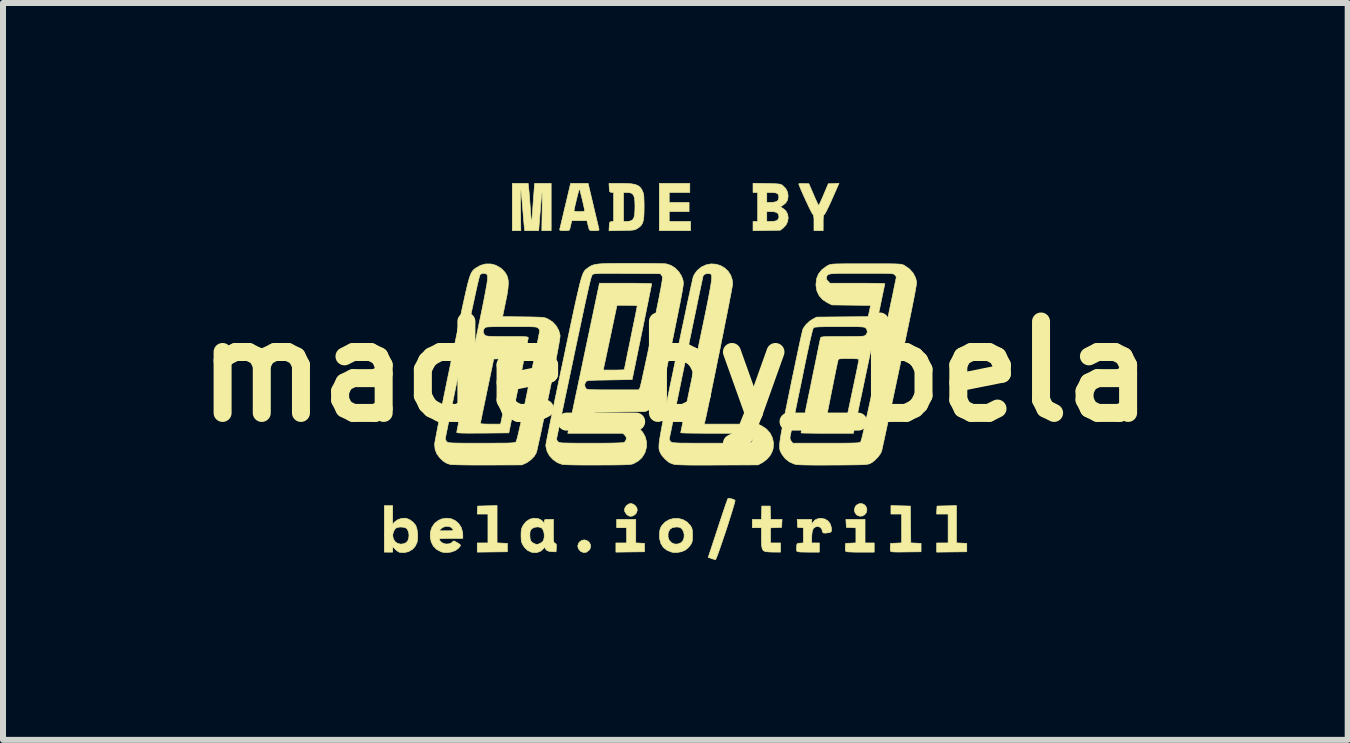
<source format=kicad_pcb>
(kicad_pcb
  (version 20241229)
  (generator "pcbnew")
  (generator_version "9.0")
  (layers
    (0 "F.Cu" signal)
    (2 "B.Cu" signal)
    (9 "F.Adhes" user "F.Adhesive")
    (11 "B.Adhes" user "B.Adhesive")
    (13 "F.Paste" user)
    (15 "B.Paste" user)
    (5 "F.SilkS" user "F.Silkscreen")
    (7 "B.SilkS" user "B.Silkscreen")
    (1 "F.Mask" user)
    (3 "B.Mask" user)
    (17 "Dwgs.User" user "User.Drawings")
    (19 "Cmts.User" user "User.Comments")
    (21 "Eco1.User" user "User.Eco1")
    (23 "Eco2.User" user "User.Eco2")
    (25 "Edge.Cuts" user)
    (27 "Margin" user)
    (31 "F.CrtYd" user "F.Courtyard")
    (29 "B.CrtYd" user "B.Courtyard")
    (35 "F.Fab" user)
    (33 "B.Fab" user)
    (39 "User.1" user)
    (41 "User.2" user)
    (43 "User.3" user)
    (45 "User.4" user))
  (footprint "made_by_bela"
    (layer "F.Cu")
    (at 8.208 3.144)
    (property "Reference" "made_by_bela" (at 0 0 0) (layer "F.SilkS") (effects (font (size 1.524 1.524) (thickness 0.3))))
    (attr through_hole)
    (fp_poly (pts (xy -0.66 2.856) (xy -0.514 2.864) (xy -0.514 3.004) (xy -0.991 3.01) (xy -0.991 2.857) (xy -0.813 2.857) (xy -0.813 2.603) (xy -0.978 2.603) (xy -0.978 2.464) (xy -0.66 2.464) (xy -0.66 2.856)) (stroke (width 0.01) (type solid)) (fill yes) (layer "F.SilkS"))
    (fp_poly (pts (xy -2.972 2.856) (xy -2.886 2.86) (xy -2.8 2.864) (xy -2.8 3.004) (xy -3.302 3.01) (xy -3.302 2.857) (xy -3.124 2.857) (xy -3.124 2.375) (xy -3.303 2.375) (xy -3.296 2.242) (xy -3.134 2.238) (xy -2.972 2.234) (xy -2.972 2.856)) (stroke (width 0.01) (type solid)) (fill yes) (layer "F.SilkS"))
    (fp_poly (pts (xy 0.241 -2.985) (xy -0.102 -2.985) (xy -0.102 -2.819) (xy 0.229 -2.819) (xy 0.229 -2.667) (xy -0.102 -2.667) (xy -0.102 -2.502) (xy 0.254 -2.502) (xy 0.254 -2.349) (xy -0.267 -2.349) (xy -0.267 -3.137) (xy 0.241 -3.137) (xy 0.241 -2.985)) (stroke (width 0.01) (type solid)) (fill yes) (layer "F.SilkS"))
    (fp_poly (pts (xy 4.686 2.856) (xy 4.772 2.86) (xy 4.858 2.864) (xy 4.858 3.004) (xy 4.356 3.01) (xy 4.356 2.857) (xy 4.547 2.857) (xy 4.547 2.375) (xy 4.355 2.375) (xy 4.362 2.242) (xy 4.524 2.238) (xy 4.686 2.234) (xy 4.686 2.856)) (stroke (width 0.01) (type solid)) (fill yes) (layer "F.SilkS"))
    (fp_poly (pts (xy -1.474 2.817) (xy -1.441 2.841) (xy -1.419 2.875) (xy -1.412 2.914) (xy -1.423 2.956) (xy -1.438 2.977) (xy -1.48 3.01) (xy -1.525 3.018) (xy -1.571 3.001) (xy -1.585 2.991) (xy -1.618 2.95) (xy -1.627 2.905) (xy -1.612 2.86) (xy -1.594 2.838) (xy -1.555 2.812) (xy -1.513 2.806) (xy -1.474 2.817)) (stroke (width 0.01) (type solid)) (fill yes) (layer "F.SilkS"))
    (fp_poly (pts (xy -0.687 2.22) (xy -0.674 2.23) (xy -0.642 2.27) (xy -0.635 2.315) (xy -0.651 2.359) (xy -0.668 2.38) (xy -0.712 2.408) (xy -0.757 2.413) (xy -0.799 2.392) (xy -0.818 2.374) (xy -0.845 2.329) (xy -0.847 2.287) (xy -0.824 2.246) (xy -0.814 2.234) (xy -0.772 2.205) (xy -0.73 2.2) (xy -0.687 2.22)) (stroke (width 0.01) (type solid)) (fill yes) (layer "F.SilkS"))
    (fp_poly (pts (xy 3.146 2.216) (xy 3.177 2.247) (xy 3.192 2.292) (xy 3.193 2.305) (xy 3.182 2.352) (xy 3.155 2.387) (xy 3.116 2.408) (xy 3.073 2.411) (xy 3.03 2.394) (xy 3.016 2.382) (xy 2.989 2.339) (xy 2.985 2.292) (xy 3.002 2.247) (xy 3.018 2.228) (xy 3.06 2.204) (xy 3.105 2.2) (xy 3.146 2.216)) (stroke (width 0.01) (type solid)) (fill yes) (layer "F.SilkS"))
    (fp_poly (pts (xy 3.162 2.857) (xy 3.315 2.857) (xy 3.315 3.01) (xy 3.079 3.01) (xy 2.993 3.01) (xy 2.93 3.008) (xy 2.885 3.006) (xy 2.857 3.003) (xy 2.842 2.997) (xy 2.837 2.992) (xy 2.834 2.969) (xy 2.834 2.933) (xy 2.834 2.919) (xy 2.838 2.864) (xy 2.924 2.86) (xy 3.01 2.856) (xy 3.01 2.605) (xy 2.851 2.597) (xy 2.843 2.464) (xy 3.162 2.464) (xy 3.162 2.857)) (stroke (width 0.01) (type solid)) (fill yes) (layer "F.SilkS"))
    (fp_poly (pts (xy 3.756 2.238) (xy 3.918 2.242) (xy 3.921 2.549) (xy 3.925 2.856) (xy 4.01 2.86) (xy 4.096 2.864) (xy 4.096 3.004) (xy 3.845 3.007) (xy 3.756 3.008) (xy 3.69 3.008) (xy 3.643 3.007) (xy 3.613 3.004) (xy 3.595 3) (xy 3.587 2.994) (xy 3.587 2.993) (xy 3.583 2.969) (xy 3.583 2.933) (xy 3.584 2.919) (xy 3.588 2.864) (xy 3.68 2.86) (xy 3.772 2.856) (xy 3.772 2.375) (xy 3.594 2.375) (xy 3.594 2.234) (xy 3.756 2.238)) (stroke (width 0.01) (type solid)) (fill yes) (layer "F.SilkS"))
    (fp_poly (pts (xy 1.588 2.464) (xy 1.779 2.464) (xy 1.775 2.53) (xy 1.772 2.597) (xy 1.587 2.605) (xy 1.587 2.857) (xy 1.753 2.857) (xy 1.753 3.01) (xy 1.635 3.009) (xy 1.58 3.008) (xy 1.532 3.004) (xy 1.498 2.999) (xy 1.49 2.997) (xy 1.469 2.985) (xy 1.454 2.966) (xy 1.444 2.937) (xy 1.438 2.892) (xy 1.436 2.829) (xy 1.435 2.769) (xy 1.435 2.603) (xy 1.283 2.603) (xy 1.283 2.464) (xy 1.434 2.464) (xy 1.438 2.353) (xy 1.441 2.242) (xy 1.581 2.242) (xy 1.588 2.464)) (stroke (width 0.01) (type solid)) (fill yes) (layer "F.SilkS"))
    (fp_poly (pts (xy 0.924 2.118) (xy 0.958 2.128) (xy 0.986 2.14) (xy 0.995 2.146) (xy 0.994 2.16) (xy 0.985 2.195) (xy 0.97 2.248) (xy 0.95 2.315) (xy 0.926 2.393) (xy 0.898 2.481) (xy 0.869 2.573) (xy 0.838 2.668) (xy 0.806 2.761) (xy 0.776 2.851) (xy 0.747 2.934) (xy 0.722 3.007) (xy 0.7 3.066) (xy 0.683 3.109) (xy 0.672 3.132) (xy 0.669 3.136) (xy 0.649 3.131) (xy 0.615 3.121) (xy 0.601 3.116) (xy 0.548 3.097) (xy 0.578 3.006) (xy 0.59 2.971) (xy 0.608 2.916) (xy 0.631 2.844) (xy 0.659 2.76) (xy 0.69 2.666) (xy 0.722 2.567) (xy 0.737 2.521) (xy 0.769 2.426) (xy 0.798 2.338) (xy 0.824 2.261) (xy 0.846 2.197) (xy 0.863 2.15) (xy 0.874 2.122) (xy 0.876 2.116) (xy 0.893 2.114) (xy 0.924 2.118)) (stroke (width 0.01) (type solid)) (fill yes) (layer "F.SilkS"))
    (fp_poly (pts (xy 2.613 -2.877) (xy 2.576 -2.795) (xy 2.543 -2.725) (xy 2.516 -2.671) (xy 2.495 -2.634) (xy 2.483 -2.617) (xy 2.481 -2.616) (xy 2.473 -2.61) (xy 2.468 -2.591) (xy 2.465 -2.553) (xy 2.464 -2.495) (xy 2.464 -2.483) (xy 2.464 -2.349) (xy 2.311 -2.349) (xy 2.311 -2.478) (xy 2.311 -2.538) (xy 2.308 -2.578) (xy 2.303 -2.604) (xy 2.294 -2.62) (xy 2.288 -2.627) (xy 2.277 -2.643) (xy 2.259 -2.678) (xy 2.234 -2.727) (xy 2.206 -2.787) (xy 2.175 -2.853) (xy 2.144 -2.92) (xy 2.115 -2.985) (xy 2.09 -3.043) (xy 2.071 -3.089) (xy 2.06 -3.119) (xy 2.057 -3.129) (xy 2.069 -3.133) (xy 2.099 -3.135) (xy 2.142 -3.134) (xy 2.226 -3.131) (xy 2.304 -2.95) (xy 2.331 -2.888) (xy 2.355 -2.835) (xy 2.374 -2.795) (xy 2.386 -2.773) (xy 2.389 -2.769) (xy 2.396 -2.78) (xy 2.411 -2.81) (xy 2.432 -2.856) (xy 2.458 -2.914) (xy 2.473 -2.95) (xy 2.55 -3.131) (xy 2.639 -3.134) (xy 2.728 -3.138) (xy 2.613 -2.877)) (stroke (width 0.01) (type solid)) (fill yes) (layer "F.SilkS"))
    (fp_poly (pts (xy -4.712 2.543) (xy -4.676 2.504) (xy -4.627 2.469) (xy -4.566 2.448) (xy -4.503 2.444) (xy -4.489 2.446) (xy -4.432 2.467) (xy -4.378 2.506) (xy -4.335 2.554) (xy -4.324 2.573) (xy -4.307 2.627) (xy -4.297 2.694) (xy -4.295 2.766) (xy -4.302 2.83) (xy -4.305 2.845) (xy -4.336 2.912) (xy -4.384 2.965) (xy -4.447 3.001) (xy -4.52 3.018) (xy -4.595 3.014) (xy -4.621 3.001) (xy -4.654 2.977) (xy -4.668 2.964) (xy -4.712 2.92) (xy -4.712 3.01) (xy -4.851 3.01) (xy -4.851 2.731) (xy -4.712 2.731) (xy -4.701 2.789) (xy -4.672 2.835) (xy -4.629 2.865) (xy -4.578 2.877) (xy -4.522 2.869) (xy -4.487 2.851) (xy -4.459 2.819) (xy -4.443 2.772) (xy -4.44 2.719) (xy -4.449 2.668) (xy -4.47 2.626) (xy -4.486 2.61) (xy -4.521 2.597) (xy -4.568 2.591) (xy -4.615 2.594) (xy -4.649 2.604) (xy -4.678 2.631) (xy -4.7 2.674) (xy -4.711 2.721) (xy -4.712 2.731) (xy -4.851 2.731) (xy -4.851 2.235) (xy -4.712 2.235) (xy -4.712 2.543)) (stroke (width 0.01) (type solid)) (fill yes) (layer "F.SilkS"))
    (fp_poly (pts (xy 2.492 2.458) (xy 2.544 2.49) (xy 2.582 2.539) (xy 2.601 2.601) (xy 2.603 2.63) (xy 2.601 2.662) (xy 2.589 2.677) (xy 2.564 2.684) (xy 2.506 2.693) (xy 2.469 2.69) (xy 2.453 2.675) (xy 2.451 2.666) (xy 2.441 2.624) (xy 2.416 2.596) (xy 2.382 2.583) (xy 2.345 2.586) (xy 2.311 2.605) (xy 2.288 2.642) (xy 2.288 2.643) (xy 2.28 2.677) (xy 2.275 2.725) (xy 2.273 2.77) (xy 2.273 2.857) (xy 2.4 2.857) (xy 2.4 3.01) (xy 2.216 3.01) (xy 2.14 3.009) (xy 2.087 3.008) (xy 2.052 3.004) (xy 2.032 2.999) (xy 2.024 2.992) (xy 2.021 2.969) (xy 2.021 2.933) (xy 2.022 2.919) (xy 2.025 2.885) (xy 2.034 2.868) (xy 2.056 2.862) (xy 2.08 2.86) (xy 2.134 2.856) (xy 2.134 2.605) (xy 2.086 2.601) (xy 2.038 2.597) (xy 2.031 2.464) (xy 2.273 2.464) (xy 2.274 2.505) (xy 2.275 2.532) (xy 2.279 2.536) (xy 2.289 2.519) (xy 2.29 2.518) (xy 2.327 2.475) (xy 2.381 2.451) (xy 2.428 2.446) (xy 2.492 2.458)) (stroke (width 0.01) (type solid)) (fill yes) (layer "F.SilkS"))
    (fp_poly (pts (xy 0.124 2.467) (xy 0.191 2.505) (xy 0.246 2.562) (xy 0.248 2.564) (xy 0.266 2.592) (xy 0.277 2.618) (xy 0.283 2.648) (xy 0.285 2.691) (xy 0.286 2.731) (xy 0.285 2.786) (xy 0.282 2.824) (xy 0.274 2.852) (xy 0.261 2.877) (xy 0.247 2.898) (xy 0.214 2.936) (xy 0.174 2.97) (xy 0.158 2.98) (xy 0.102 3.003) (xy 0.035 3.015) (xy -0.028 3.016) (xy -0.057 3.011) (xy -0.138 2.98) (xy -0.199 2.932) (xy -0.24 2.869) (xy -0.262 2.789) (xy -0.263 2.758) (xy -0.122 2.758) (xy -0.104 2.81) (xy -0.07 2.848) (xy -0.025 2.872) (xy 0.027 2.877) (xy 0.082 2.86) (xy 0.097 2.851) (xy 0.128 2.817) (xy 0.145 2.769) (xy 0.147 2.715) (xy 0.135 2.663) (xy 0.108 2.621) (xy 0.082 2.601) (xy 0.048 2.592) (xy 0.013 2.591) (xy -0.047 2.6) (xy -0.089 2.628) (xy -0.115 2.674) (xy -0.121 2.698) (xy -0.122 2.758) (xy -0.263 2.758) (xy -0.265 2.704) (xy -0.259 2.65) (xy -0.249 2.611) (xy -0.23 2.575) (xy -0.222 2.563) (xy -0.167 2.506) (xy -0.101 2.468) (xy -0.027 2.449) (xy 0.05 2.448) (xy 0.124 2.467)) (stroke (width 0.01) (type solid)) (fill yes) (layer "F.SilkS"))
    (fp_poly (pts (xy -3.733 2.455) (xy -3.666 2.487) (xy -3.61 2.536) (xy -3.569 2.6) (xy -3.547 2.678) (xy -3.543 2.726) (xy -3.543 2.781) (xy -3.74 2.781) (xy -3.808 2.782) (xy -3.865 2.783) (xy -3.908 2.785) (xy -3.933 2.787) (xy -3.937 2.788) (xy -3.926 2.817) (xy -3.899 2.846) (xy -3.866 2.865) (xy -3.822 2.875) (xy -3.776 2.872) (xy -3.736 2.858) (xy -3.71 2.836) (xy -3.701 2.825) (xy -3.687 2.825) (xy -3.662 2.837) (xy -3.64 2.85) (xy -3.607 2.87) (xy -3.586 2.887) (xy -3.581 2.893) (xy -3.592 2.918) (xy -3.619 2.948) (xy -3.656 2.976) (xy -3.673 2.986) (xy -3.74 3.009) (xy -3.813 3.018) (xy -3.882 3.011) (xy -3.905 3.004) (xy -3.979 2.965) (xy -4.034 2.91) (xy -4.07 2.839) (xy -4.086 2.755) (xy -4.083 2.67) (xy -4.077 2.654) (xy -3.943 2.654) (xy -3.819 2.654) (xy -3.762 2.654) (xy -3.727 2.653) (xy -3.709 2.649) (xy -3.703 2.643) (xy -3.707 2.632) (xy -3.709 2.628) (xy -3.739 2.596) (xy -3.782 2.581) (xy -3.831 2.581) (xy -3.879 2.599) (xy -3.902 2.616) (xy -3.943 2.654) (xy -4.077 2.654) (xy -4.057 2.594) (xy -4.013 2.53) (xy -3.95 2.481) (xy -3.891 2.456) (xy -3.809 2.444) (xy -3.733 2.455)) (stroke (width 0.01) (type solid)) (fill yes) (layer "F.SilkS"))
    (fp_poly (pts (xy -2.446 -3.07) (xy -2.443 -3.041) (xy -2.438 -2.991) (xy -2.433 -2.926) (xy -2.427 -2.851) (xy -2.421 -2.769) (xy -2.414 -2.687) (xy -2.409 -2.609) (xy -2.404 -2.54) (xy -2.4 -2.485) (xy -2.398 -2.464) (xy -2.397 -2.463) (xy -2.394 -2.483) (xy -2.391 -2.522) (xy -2.387 -2.572) (xy -2.383 -2.635) (xy -2.377 -2.716) (xy -2.371 -2.804) (xy -2.365 -2.891) (xy -2.362 -2.924) (xy -2.346 -3.137) (xy -2.07 -3.137) (xy -2.07 -2.349) (xy -2.226 -2.349) (xy -2.22 -2.702) (xy -2.219 -2.806) (xy -2.218 -2.887) (xy -2.219 -2.944) (xy -2.22 -2.976) (xy -2.223 -2.984) (xy -2.226 -2.967) (xy -2.231 -2.926) (xy -2.237 -2.859) (xy -2.245 -2.768) (xy -2.254 -2.651) (xy -2.255 -2.645) (xy -2.278 -2.349) (xy -2.511 -2.349) (xy -2.519 -2.416) (xy -2.522 -2.449) (xy -2.527 -2.503) (xy -2.533 -2.572) (xy -2.539 -2.65) (xy -2.546 -2.733) (xy -2.547 -2.743) (xy -2.553 -2.823) (xy -2.56 -2.895) (xy -2.566 -2.956) (xy -2.571 -3) (xy -2.575 -3.024) (xy -2.576 -3.026) (xy -2.578 -3.02) (xy -2.58 -2.991) (xy -2.581 -2.943) (xy -2.581 -2.879) (xy -2.581 -2.801) (xy -2.581 -2.712) (xy -2.58 -2.699) (xy -2.576 -2.349) (xy -2.718 -2.349) (xy -2.718 -3.137) (xy -2.453 -3.137) (xy -2.446 -3.07)) (stroke (width 0.01) (type solid)) (fill yes) (layer "F.SilkS"))
    (fp_poly (pts (xy 1.523 -3.135) (xy 1.605 -3.133) (xy 1.666 -3.131) (xy 1.71 -3.128) (xy 1.741 -3.124) (xy 1.762 -3.118) (xy 1.778 -3.11) (xy 1.787 -3.104) (xy 1.841 -3.051) (xy 1.871 -2.989) (xy 1.88 -2.927) (xy 1.871 -2.863) (xy 1.842 -2.813) (xy 1.791 -2.771) (xy 1.788 -2.769) (xy 1.751 -2.746) (xy 1.797 -2.718) (xy 1.844 -2.676) (xy 1.872 -2.621) (xy 1.881 -2.561) (xy 1.871 -2.498) (xy 1.842 -2.44) (xy 1.796 -2.392) (xy 1.748 -2.356) (xy 1.522 -2.352) (xy 1.295 -2.348) (xy 1.295 -2.502) (xy 1.372 -2.502) (xy 1.372 -2.667) (xy 1.524 -2.667) (xy 1.524 -2.502) (xy 1.597 -2.502) (xy 1.653 -2.506) (xy 1.693 -2.518) (xy 1.699 -2.522) (xy 1.722 -2.55) (xy 1.727 -2.584) (xy 1.719 -2.624) (xy 1.694 -2.65) (xy 1.649 -2.664) (xy 1.597 -2.667) (xy 1.524 -2.667) (xy 1.372 -2.667) (xy 1.372 -2.985) (xy 1.524 -2.985) (xy 1.524 -2.819) (xy 1.591 -2.82) (xy 1.636 -2.823) (xy 1.675 -2.831) (xy 1.689 -2.836) (xy 1.714 -2.857) (xy 1.724 -2.892) (xy 1.725 -2.897) (xy 1.723 -2.938) (xy 1.707 -2.964) (xy 1.674 -2.979) (xy 1.62 -2.984) (xy 1.606 -2.985) (xy 1.524 -2.985) (xy 1.372 -2.985) (xy 1.295 -2.985) (xy 1.295 -3.139) (xy 1.523 -3.135)) (stroke (width 0.01) (type solid)) (fill yes) (layer "F.SilkS"))
    (fp_poly (pts (xy -0.809 -3.135) (xy -0.731 -3.13) (xy -0.672 -3.119) (xy -0.626 -3.102) (xy -0.592 -3.077) (xy -0.565 -3.043) (xy -0.545 -3.004) (xy -0.536 -2.98) (xy -0.529 -2.953) (xy -0.525 -2.916) (xy -0.523 -2.867) (xy -0.521 -2.799) (xy -0.521 -2.743) (xy -0.522 -2.648) (xy -0.526 -2.574) (xy -0.534 -2.518) (xy -0.547 -2.475) (xy -0.566 -2.442) (xy -0.592 -2.415) (xy -0.624 -2.392) (xy -0.644 -2.379) (xy -0.663 -2.369) (xy -0.685 -2.362) (xy -0.715 -2.358) (xy -0.757 -2.355) (xy -0.815 -2.353) (xy -0.892 -2.352) (xy -1.106 -2.347) (xy -1.102 -2.421) (xy -1.099 -2.463) (xy -1.094 -2.486) (xy -1.083 -2.496) (xy -1.064 -2.5) (xy -1.029 -2.504) (xy -1.029 -2.983) (xy -1.043 -2.985) (xy -0.864 -2.985) (xy -0.864 -2.502) (xy -0.813 -2.502) (xy -0.771 -2.506) (xy -0.735 -2.515) (xy -0.731 -2.517) (xy -0.708 -2.534) (xy -0.691 -2.564) (xy -0.68 -2.61) (xy -0.675 -2.675) (xy -0.673 -2.751) (xy -0.675 -2.834) (xy -0.682 -2.896) (xy -0.696 -2.938) (xy -0.718 -2.965) (xy -0.751 -2.98) (xy -0.796 -2.984) (xy -0.806 -2.985) (xy -0.864 -2.985) (xy -1.043 -2.985) (xy -1.064 -2.987) (xy -1.083 -2.991) (xy -1.094 -3.001) (xy -1.1 -3.025) (xy -1.102 -3.064) (xy -1.106 -3.137) (xy -0.908 -3.137) (xy -0.809 -3.135)) (stroke (width 0.01) (type solid)) (fill yes) (layer "F.SilkS"))
    (fp_poly (pts (xy -1.366 -2.765) (xy -1.344 -2.671) (xy -1.323 -2.584) (xy -1.305 -2.508) (xy -1.29 -2.445) (xy -1.279 -2.4) (xy -1.273 -2.375) (xy -1.273 -2.372) (xy -1.273 -2.36) (xy -1.283 -2.353) (xy -1.31 -2.35) (xy -1.35 -2.349) (xy -1.394 -2.35) (xy -1.42 -2.354) (xy -1.433 -2.362) (xy -1.439 -2.379) (xy -1.441 -2.384) (xy -1.45 -2.421) (xy -1.461 -2.463) (xy -1.462 -2.467) (xy -1.474 -2.515) (xy -1.726 -2.515) (xy -1.738 -2.467) (xy -1.748 -2.425) (xy -1.757 -2.387) (xy -1.758 -2.384) (xy -1.764 -2.366) (xy -1.774 -2.355) (xy -1.795 -2.351) (xy -1.834 -2.35) (xy -1.85 -2.349) (xy -1.894 -2.35) (xy -1.919 -2.354) (xy -1.928 -2.361) (xy -1.928 -2.372) (xy -1.923 -2.389) (xy -1.914 -2.428) (xy -1.9 -2.486) (xy -1.883 -2.558) (xy -1.863 -2.642) (xy -1.855 -2.677) (xy -1.689 -2.677) (xy -1.678 -2.672) (xy -1.647 -2.668) (xy -1.604 -2.667) (xy -1.6 -2.667) (xy -1.556 -2.668) (xy -1.525 -2.672) (xy -1.511 -2.676) (xy -1.511 -2.677) (xy -1.514 -2.696) (xy -1.521 -2.733) (xy -1.532 -2.783) (xy -1.545 -2.84) (xy -1.559 -2.898) (xy -1.573 -2.954) (xy -1.585 -3.001) (xy -1.594 -3.034) (xy -1.599 -3.048) (xy -1.6 -3.048) (xy -1.604 -3.036) (xy -1.613 -3.005) (xy -1.625 -2.96) (xy -1.639 -2.905) (xy -1.653 -2.847) (xy -1.667 -2.79) (xy -1.678 -2.739) (xy -1.686 -2.7) (xy -1.689 -2.678) (xy -1.689 -2.677) (xy -1.855 -2.677) (xy -1.842 -2.734) (xy -1.834 -2.765) (xy -1.746 -3.137) (xy -1.454 -3.137) (xy -1.366 -2.765)) (stroke (width 0.01) (type solid)) (fill yes) (layer "F.SilkS"))
    (fp_poly (pts (xy -2.291 2.45) (xy -2.288 2.451) (xy -2.248 2.468) (xy -2.215 2.492) (xy -2.21 2.498) (xy -2.184 2.531) (xy -2.184 2.497) (xy -2.183 2.479) (xy -2.175 2.469) (xy -2.154 2.465) (xy -2.114 2.464) (xy -2.108 2.464) (xy -2.032 2.464) (xy -2.032 2.659) (xy -2.032 2.734) (xy -2.031 2.786) (xy -2.029 2.822) (xy -2.025 2.843) (xy -2.019 2.854) (xy -2.011 2.86) (xy -2.006 2.861) (xy -1.991 2.869) (xy -1.984 2.884) (xy -1.983 2.915) (xy -1.984 2.936) (xy -1.988 3.004) (xy -2.053 3.003) (xy -2.107 2.996) (xy -2.147 2.978) (xy -2.169 2.951) (xy -2.172 2.936) (xy -2.178 2.931) (xy -2.195 2.947) (xy -2.199 2.953) (xy -2.248 2.995) (xy -2.308 3.017) (xy -2.375 3.017) (xy -2.401 3.01) (xy -2.465 2.98) (xy -2.517 2.928) (xy -2.537 2.897) (xy -2.555 2.864) (xy -2.565 2.833) (xy -2.57 2.795) (xy -2.572 2.742) (xy -2.572 2.731) (xy -2.572 2.724) (xy -2.426 2.724) (xy -2.422 2.783) (xy -2.409 2.823) (xy -2.384 2.85) (xy -2.358 2.864) (xy -2.326 2.878) (xy -2.303 2.881) (xy -2.278 2.874) (xy -2.254 2.864) (xy -2.218 2.841) (xy -2.197 2.813) (xy -2.186 2.762) (xy -2.186 2.709) (xy -2.197 2.658) (xy -2.217 2.619) (xy -2.242 2.599) (xy -2.292 2.589) (xy -2.343 2.595) (xy -2.386 2.615) (xy -2.395 2.622) (xy -2.414 2.646) (xy -2.423 2.675) (xy -2.426 2.718) (xy -2.426 2.724) (xy -2.572 2.724) (xy -2.571 2.674) (xy -2.566 2.634) (xy -2.557 2.603) (xy -2.541 2.57) (xy -2.537 2.563) (xy -2.489 2.502) (xy -2.429 2.462) (xy -2.362 2.444) (xy -2.291 2.45)) (stroke (width 0.01) (type solid)) (fill yes) (layer "F.SilkS"))
    (fp_poly (pts (xy 0.675 -1.79) (xy 0.751 -1.768) (xy 0.819 -1.729) (xy 0.877 -1.676) (xy 0.922 -1.609) (xy 0.948 -1.53) (xy 0.955 -1.461) (xy 0.953 -1.442) (xy 0.945 -1.4) (xy 0.934 -1.337) (xy 0.918 -1.256) (xy 0.9 -1.159) (xy 0.878 -1.048) (xy 0.854 -0.926) (xy 0.827 -0.793) (xy 0.8 -0.653) (xy 0.77 -0.508) (xy 0.741 -0.36) (xy 0.71 -0.21) (xy 0.68 -0.062) (xy 0.651 0.082) (xy 0.622 0.221) (xy 0.595 0.353) (xy 0.57 0.474) (xy 0.547 0.584) (xy 0.527 0.679) (xy 0.51 0.757) (xy 0.496 0.817) (xy 0.489 0.848) (xy 0.482 0.876) (xy 1.379 0.876) (xy 1.445 0.909) (xy 1.521 0.96) (xy 1.579 1.026) (xy 1.618 1.104) (xy 1.636 1.189) (xy 1.631 1.277) (xy 1.619 1.323) (xy 1.582 1.396) (xy 1.526 1.461) (xy 1.457 1.514) (xy 1.443 1.521) (xy 1.378 1.556) (xy 0.705 1.558) (xy 0.546 1.559) (xy 0.411 1.559) (xy 0.297 1.559) (xy 0.203 1.558) (xy 0.128 1.556) (xy 0.069 1.554) (xy 0.025 1.552) (xy -0.007 1.549) (xy -0.027 1.545) (xy -0.028 1.545) (xy -0.068 1.531) (xy -0.101 1.517) (xy -0.11 1.511) (xy -0.176 1.454) (xy -0.226 1.396) (xy -0.244 1.366) (xy -0.252 1.35) (xy -0.26 1.334) (xy -0.266 1.318) (xy -0.27 1.299) (xy -0.273 1.277) (xy -0.273 1.25) (xy -0.272 1.217) (xy -0.268 1.176) (xy -0.261 1.13) (xy -0.102 1.13) (xy -0.093 1.148) (xy -0.076 1.168) (xy -0.07 1.174) (xy -0.062 1.179) (xy -0.049 1.183) (xy -0.031 1.186) (xy -0.005 1.188) (xy 0.032 1.19) (xy 0.081 1.192) (xy 0.145 1.193) (xy 0.226 1.193) (xy 0.326 1.194) (xy 0.446 1.194) (xy 0.59 1.194) (xy 0.599 1.194) (xy 0.745 1.194) (xy 0.868 1.194) (xy 0.97 1.193) (xy 1.053 1.192) (xy 1.118 1.191) (xy 1.169 1.19) (xy 1.207 1.188) (xy 1.234 1.185) (xy 1.252 1.182) (xy 1.264 1.178) (xy 1.272 1.173) (xy 1.272 1.173) (xy 1.291 1.14) (xy 1.293 1.1) (xy 1.277 1.062) (xy 1.27 1.054) (xy 1.263 1.048) (xy 1.255 1.043) (xy 1.242 1.039) (xy 1.222 1.036) (xy 1.194 1.033) (xy 1.155 1.032) (xy 1.102 1.03) (xy 1.034 1.029) (xy 0.949 1.029) (xy 0.843 1.029) (xy 0.714 1.029) (xy 0.667 1.029) (xy 0.548 1.029) (xy 0.438 1.028) (xy 0.339 1.027) (xy 0.252 1.026) (xy 0.182 1.025) (xy 0.129 1.023) (xy 0.098 1.021) (xy 0.089 1.02) (xy 0.091 1.007) (xy 0.099 0.97) (xy 0.111 0.912) (xy 0.127 0.834) (xy 0.146 0.737) (xy 0.17 0.624) (xy 0.196 0.496) (xy 0.225 0.355) (xy 0.257 0.202) (xy 0.291 0.039) (xy 0.326 -0.132) (xy 0.357 -0.278) (xy 0.4 -0.489) (xy 0.439 -0.677) (xy 0.474 -0.843) (xy 0.504 -0.988) (xy 0.529 -1.113) (xy 0.551 -1.221) (xy 0.568 -1.313) (xy 0.582 -1.389) (xy 0.593 -1.452) (xy 0.6 -1.502) (xy 0.605 -1.542) (xy 0.606 -1.572) (xy 0.605 -1.594) (xy 0.602 -1.609) (xy 0.597 -1.619) (xy 0.59 -1.625) (xy 0.581 -1.629) (xy 0.57 -1.632) (xy 0.565 -1.633) (xy 0.528 -1.634) (xy 0.492 -1.623) (xy 0.467 -1.604) (xy 0.463 -1.597) (xy 0.46 -1.582) (xy 0.452 -1.545) (xy 0.439 -1.486) (xy 0.423 -1.409) (xy 0.403 -1.315) (xy 0.38 -1.205) (xy 0.355 -1.083) (xy 0.327 -0.949) (xy 0.297 -0.806) (xy 0.266 -0.656) (xy 0.234 -0.501) (xy 0.201 -0.343) (xy 0.168 -0.183) (xy 0.135 -0.024) (xy 0.102 0.133) (xy 0.071 0.285) (xy 0.041 0.431) (xy 0.013 0.568) (xy -0.013 0.695) (xy -0.037 0.809) (xy -0.057 0.909) (xy -0.074 0.993) (xy -0.088 1.058) (xy -0.097 1.104) (xy -0.101 1.127) (xy -0.102 1.13) (xy -0.261 1.13) (xy -0.261 1.125) (xy -0.251 1.064) (xy -0.238 0.991) (xy -0.222 0.904) (xy -0.202 0.802) (xy -0.179 0.684) (xy -0.151 0.547) (xy -0.119 0.392) (xy -0.083 0.216) (xy -0.041 0.017) (xy -0.001 -0.178) (xy 0.037 -0.36) (xy 0.074 -0.536) (xy 0.109 -0.705) (xy 0.143 -0.863) (xy 0.174 -1.01) (xy 0.202 -1.145) (xy 0.228 -1.264) (xy 0.25 -1.367) (xy 0.269 -1.453) (xy 0.284 -1.518) (xy 0.294 -1.562) (xy 0.299 -1.583) (xy 0.3 -1.584) (xy 0.32 -1.624) (xy 0.351 -1.668) (xy 0.37 -1.69) (xy 0.44 -1.746) (xy 0.516 -1.78) (xy 0.596 -1.795) (xy 0.675 -1.79)) (stroke (width 0.01) (type solid)) (fill yes) (layer "F.SilkS"))
    (fp_poly (pts (xy -2.992 -1.772) (xy -2.914 -1.727) (xy -2.877 -1.695) (xy -2.84 -1.654) (xy -2.813 -1.612) (xy -2.795 -1.566) (xy -2.785 -1.512) (xy -2.785 -1.447) (xy -2.792 -1.368) (xy -2.807 -1.271) (xy -2.831 -1.154) (xy -2.831 -1.153) (xy -2.88 -0.916) (xy -2.535 -0.912) (xy -2.432 -0.911) (xy -2.35 -0.909) (xy -2.287 -0.907) (xy -2.24 -0.905) (xy -2.204 -0.902) (xy -2.178 -0.897) (xy -2.157 -0.891) (xy -2.138 -0.884) (xy -2.134 -0.881) (xy -2.051 -0.831) (xy -1.987 -0.764) (xy -1.943 -0.685) (xy -1.922 -0.606) (xy -1.922 -0.589) (xy -1.925 -0.561) (xy -1.931 -0.519) (xy -1.94 -0.464) (xy -1.953 -0.392) (xy -1.969 -0.304) (xy -1.99 -0.197) (xy -2.015 -0.07) (xy -2.045 0.077) (xy -2.08 0.248) (xy -2.107 0.38) (xy -2.139 0.531) (xy -2.169 0.675) (xy -2.198 0.811) (xy -2.224 0.937) (xy -2.248 1.05) (xy -2.27 1.148) (xy -2.288 1.229) (xy -2.302 1.292) (xy -2.312 1.334) (xy -2.317 1.353) (xy -2.317 1.353) (xy -2.352 1.412) (xy -2.405 1.467) (xy -2.466 1.512) (xy -2.492 1.526) (xy -2.559 1.556) (xy -3.131 1.558) (xy -3.25 1.558) (xy -3.364 1.558) (xy -3.468 1.557) (xy -3.56 1.556) (xy -3.638 1.554) (xy -3.697 1.552) (xy -3.736 1.55) (xy -3.75 1.549) (xy -3.81 1.529) (xy -3.86 1.5) (xy -3.909 1.456) (xy -3.927 1.437) (xy -3.977 1.369) (xy -4.005 1.297) (xy -4.013 1.213) (xy -4.013 1.213) (xy -4.011 1.193) (xy -4.003 1.149) (xy -3.998 1.123) (xy -3.835 1.123) (xy -3.827 1.146) (xy -3.81 1.168) (xy -3.803 1.175) (xy -3.794 1.18) (xy -3.781 1.184) (xy -3.761 1.187) (xy -3.732 1.189) (xy -3.692 1.191) (xy -3.639 1.192) (xy -3.569 1.193) (xy -3.481 1.194) (xy -3.372 1.194) (xy -3.241 1.194) (xy -3.232 1.194) (xy -3.099 1.194) (xy -2.988 1.193) (xy -2.899 1.193) (xy -2.828 1.192) (xy -2.773 1.191) (xy -2.732 1.189) (xy -2.702 1.186) (xy -2.682 1.183) (xy -2.669 1.179) (xy -2.661 1.174) (xy -2.657 1.171) (xy -2.651 1.16) (xy -2.643 1.133) (xy -2.631 1.091) (xy -2.617 1.031) (xy -2.599 0.954) (xy -2.577 0.857) (xy -2.552 0.74) (xy -2.523 0.602) (xy -2.489 0.441) (xy -2.451 0.257) (xy -2.448 0.241) (xy -2.417 0.093) (xy -2.388 -0.048) (xy -2.361 -0.18) (xy -2.337 -0.301) (xy -2.315 -0.409) (xy -2.296 -0.502) (xy -2.281 -0.578) (xy -2.27 -0.635) (xy -2.263 -0.67) (xy -2.261 -0.683) (xy -2.269 -0.703) (xy -2.286 -0.724) (xy -2.294 -0.731) (xy -2.304 -0.736) (xy -2.319 -0.741) (xy -2.342 -0.744) (xy -2.375 -0.746) (xy -2.421 -0.748) (xy -2.483 -0.749) (xy -2.564 -0.749) (xy -2.665 -0.749) (xy -2.735 -0.749) (xy -2.85 -0.749) (xy -2.942 -0.749) (xy -3.015 -0.748) (xy -3.07 -0.747) (xy -3.11 -0.745) (xy -3.138 -0.743) (xy -3.157 -0.739) (xy -3.169 -0.734) (xy -3.177 -0.728) (xy -3.181 -0.724) (xy -3.201 -0.686) (xy -3.2 -0.646) (xy -3.179 -0.611) (xy -3.175 -0.607) (xy -3.165 -0.6) (xy -3.151 -0.595) (xy -3.13 -0.591) (xy -3.099 -0.588) (xy -3.056 -0.586) (xy -2.997 -0.585) (xy -2.919 -0.584) (xy -2.819 -0.584) (xy -2.799 -0.584) (xy -2.696 -0.584) (xy -2.615 -0.584) (xy -2.554 -0.583) (xy -2.511 -0.581) (xy -2.481 -0.579) (xy -2.464 -0.575) (xy -2.455 -0.571) (xy -2.452 -0.565) (xy -2.452 -0.562) (xy -2.454 -0.546) (xy -2.462 -0.507) (xy -2.473 -0.448) (xy -2.489 -0.37) (xy -2.508 -0.277) (xy -2.53 -0.169) (xy -2.554 -0.049) (xy -2.581 0.08) (xy -2.609 0.216) (xy -2.614 0.241) (xy -2.776 1.022) (xy -3.211 1.026) (xy -3.331 1.026) (xy -3.428 1.027) (xy -3.504 1.026) (xy -3.561 1.025) (xy -3.602 1.023) (xy -3.628 1.02) (xy -3.641 1.017) (xy -3.645 1.013) (xy -3.642 0.998) (xy -3.635 0.96) (xy -3.623 0.901) (xy -3.616 0.867) (xy -3.251 0.867) (xy -3.239 0.87) (xy -3.206 0.873) (xy -3.158 0.875) (xy -3.098 0.876) (xy -3.082 0.876) (xy -2.913 0.876) (xy -2.802 0.34) (xy -2.779 0.226) (xy -2.758 0.121) (xy -2.738 0.026) (xy -2.721 -0.057) (xy -2.708 -0.124) (xy -2.698 -0.173) (xy -2.693 -0.201) (xy -2.692 -0.207) (xy -2.704 -0.21) (xy -2.737 -0.213) (xy -2.786 -0.214) (xy -2.846 -0.213) (xy -2.86 -0.213) (xy -3.027 -0.21) (xy -3.139 0.324) (xy -3.162 0.437) (xy -3.184 0.542) (xy -3.204 0.637) (xy -3.221 0.719) (xy -3.234 0.785) (xy -3.244 0.834) (xy -3.25 0.861) (xy -3.251 0.867) (xy -3.616 0.867) (xy -3.607 0.822) (xy -3.587 0.725) (xy -3.564 0.611) (xy -3.537 0.483) (xy -3.508 0.341) (xy -3.477 0.187) (xy -3.443 0.024) (xy -3.407 -0.147) (xy -3.379 -0.285) (xy -3.335 -0.494) (xy -3.297 -0.679) (xy -3.263 -0.843) (xy -3.233 -0.986) (xy -3.208 -1.109) (xy -3.187 -1.216) (xy -3.17 -1.305) (xy -3.156 -1.38) (xy -3.145 -1.442) (xy -3.137 -1.492) (xy -3.132 -1.531) (xy -3.13 -1.561) (xy -3.13 -1.583) (xy -3.132 -1.599) (xy -3.136 -1.61) (xy -3.141 -1.618) (xy -3.148 -1.624) (xy -3.155 -1.629) (xy -3.188 -1.638) (xy -3.226 -1.633) (xy -3.255 -1.616) (xy -3.261 -1.599) (xy -3.272 -1.56) (xy -3.288 -1.496) (xy -3.308 -1.409) (xy -3.333 -1.297) (xy -3.362 -1.161) (xy -3.397 -1.001) (xy -3.436 -0.817) (xy -3.48 -0.608) (xy -3.529 -0.374) (xy -3.556 -0.245) (xy -3.593 -0.064) (xy -3.629 0.111) (xy -3.664 0.277) (xy -3.696 0.433) (xy -3.725 0.577) (xy -3.752 0.708) (xy -3.776 0.824) (xy -3.796 0.924) (xy -3.812 1.005) (xy -3.825 1.066) (xy -3.832 1.106) (xy -3.835 1.123) (xy -3.835 1.123) (xy -3.998 1.123) (xy -3.991 1.084) (xy -3.975 0.999) (xy -3.955 0.896) (xy -3.931 0.777) (xy -3.905 0.643) (xy -3.875 0.496) (xy -3.843 0.338) (xy -3.809 0.17) (xy -3.772 -0.006) (xy -3.735 -0.188) (xy -3.733 -0.195) (xy -3.687 -0.415) (xy -3.646 -0.612) (xy -3.61 -0.787) (xy -3.577 -0.941) (xy -3.549 -1.076) (xy -3.523 -1.193) (xy -3.501 -1.293) (xy -3.481 -1.379) (xy -3.464 -1.451) (xy -3.448 -1.51) (xy -3.434 -1.559) (xy -3.421 -1.598) (xy -3.408 -1.629) (xy -3.396 -1.653) (xy -3.384 -1.672) (xy -3.372 -1.687) (xy -3.359 -1.7) (xy -3.345 -1.712) (xy -3.33 -1.723) (xy -3.249 -1.77) (xy -3.163 -1.794) (xy -3.076 -1.794) (xy -2.992 -1.772)) (stroke (width 0.01) (type solid)) (fill yes) (layer "F.SilkS"))
    (fp_poly (pts (xy -0.621 -1.803) (xy -0.511 -1.802) (xy -0.41 -1.802) (xy -0.321 -1.801) (xy -0.247 -1.799) (xy -0.192 -1.798) (xy -0.158 -1.796) (xy -0.149 -1.795) (xy -0.073 -1.77) (xy -0.002 -1.725) (xy 0.058 -1.663) (xy 0.104 -1.589) (xy 0.128 -1.52) (xy 0.13 -1.506) (xy 0.132 -1.492) (xy 0.133 -1.475) (xy 0.132 -1.453) (xy 0.129 -1.425) (xy 0.123 -1.388) (xy 0.116 -1.342) (xy 0.105 -1.284) (xy 0.092 -1.212) (xy 0.075 -1.125) (xy 0.054 -1.02) (xy 0.029 -0.897) (xy -0.000231 -0.753) (xy -0.034 -0.586) (xy -0.044 -0.539) (xy -0.075 -0.389) (xy -0.104 -0.245) (xy -0.132 -0.109) (xy -0.159 0.017) (xy -0.182 0.13) (xy -0.203 0.228) (xy -0.221 0.31) (xy -0.235 0.373) (xy -0.244 0.415) (xy -0.249 0.433) (xy -0.285 0.507) (xy -0.342 0.572) (xy -0.415 0.624) (xy -0.429 0.631) (xy -0.502 0.667) (xy -1.351 0.679) (xy -1.367 0.749) (xy -1.376 0.784) (xy -1.382 0.81) (xy -1.382 0.83) (xy -1.375 0.844) (xy -1.358 0.854) (xy -1.327 0.859) (xy -1.281 0.863) (xy -1.216 0.864) (xy -1.13 0.865) (xy -1.064 0.866) (xy -0.964 0.867) (xy -0.886 0.869) (xy -0.826 0.871) (xy -0.782 0.874) (xy -0.749 0.877) (xy -0.723 0.883) (xy -0.703 0.889) (xy -0.685 0.897) (xy -0.606 0.946) (xy -0.545 1.01) (xy -0.503 1.086) (xy -0.481 1.169) (xy -0.48 1.255) (xy -0.503 1.342) (xy -0.513 1.363) (xy -0.557 1.434) (xy -0.615 1.488) (xy -0.686 1.529) (xy -0.701 1.536) (xy -0.716 1.541) (xy -0.735 1.545) (xy -0.76 1.549) (xy -0.793 1.551) (xy -0.837 1.553) (xy -0.894 1.555) (xy -0.967 1.556) (xy -1.059 1.557) (xy -1.171 1.557) (xy -1.289 1.558) (xy -1.406 1.558) (xy -1.517 1.558) (xy -1.619 1.557) (xy -1.708 1.556) (xy -1.782 1.554) (xy -1.838 1.552) (xy -1.874 1.55) (xy -1.883 1.549) (xy -1.967 1.517) (xy -2.039 1.467) (xy -2.098 1.404) (xy -2.138 1.33) (xy -2.158 1.25) (xy -2.159 1.223) (xy -2.156 1.205) (xy -2.149 1.164) (xy -2.142 1.13) (xy -1.981 1.13) (xy -1.973 1.148) (xy -1.956 1.168) (xy -1.949 1.175) (xy -1.94 1.18) (xy -1.926 1.184) (xy -1.906 1.187) (xy -1.877 1.19) (xy -1.836 1.191) (xy -1.781 1.192) (xy -1.71 1.193) (xy -1.62 1.194) (xy -1.509 1.194) (xy -1.399 1.194) (xy -1.261 1.194) (xy -1.146 1.193) (xy -1.053 1.192) (xy -0.979 1.19) (xy -0.924 1.188) (xy -0.885 1.186) (xy -0.86 1.182) (xy -0.848 1.178) (xy -0.848 1.178) (xy -0.829 1.154) (xy -0.819 1.128) (xy -0.818 1.098) (xy -0.834 1.07) (xy -0.843 1.061) (xy -0.875 1.029) (xy -1.793 1.029) (xy -1.787 1) (xy -1.783 0.984) (xy -1.775 0.945) (xy -1.762 0.884) (xy -1.745 0.803) (xy -1.724 0.705) (xy -1.7 0.59) (xy -1.673 0.461) (xy -1.643 0.32) (xy -1.611 0.167) (xy -1.576 0.005) (xy -1.57 -0.025) (xy -1.202 -0.025) (xy -1.026 -0.025) (xy -0.963 -0.026) (xy -0.91 -0.027) (xy -0.871 -0.029) (xy -0.852 -0.032) (xy -0.851 -0.033) (xy -0.848 -0.047) (xy -0.841 -0.082) (xy -0.83 -0.138) (xy -0.815 -0.211) (xy -0.798 -0.298) (xy -0.777 -0.396) (xy -0.755 -0.504) (xy -0.743 -0.564) (xy -0.72 -0.676) (xy -0.699 -0.78) (xy -0.679 -0.874) (xy -0.663 -0.954) (xy -0.65 -1.019) (xy -0.641 -1.066) (xy -0.636 -1.092) (xy -0.635 -1.096) (xy -0.647 -1.099) (xy -0.68 -1.102) (xy -0.728 -1.104) (xy -0.788 -1.105) (xy -0.804 -1.105) (xy -0.973 -1.105) (xy -1.087 -0.565) (xy -1.202 -0.025) (xy -1.57 -0.025) (xy -1.541 -0.165) (xy -1.523 -0.251) (xy -1.265 -1.473) (xy -0.829 -1.473) (xy -0.727 -1.473) (xy -0.633 -1.472) (xy -0.551 -1.471) (xy -0.483 -1.469) (xy -0.432 -1.468) (xy -0.402 -1.465) (xy -0.394 -1.464) (xy -0.397 -1.45) (xy -0.404 -1.413) (xy -0.415 -1.356) (xy -0.431 -1.28) (xy -0.449 -1.188) (xy -0.471 -1.082) (xy -0.495 -0.963) (xy -0.521 -0.835) (xy -0.549 -0.698) (xy -0.557 -0.66) (xy -0.72 0.133) (xy -1.097 0.14) (xy -1.206 0.142) (xy -1.291 0.143) (xy -1.357 0.145) (xy -1.406 0.148) (xy -1.441 0.15) (xy -1.464 0.154) (xy -1.479 0.159) (xy -1.488 0.165) (xy -1.493 0.171) (xy -1.51 0.211) (xy -1.506 0.254) (xy -1.49 0.282) (xy -1.483 0.288) (xy -1.473 0.293) (xy -1.456 0.297) (xy -1.431 0.3) (xy -1.394 0.302) (xy -1.344 0.303) (xy -1.276 0.304) (xy -1.19 0.305) (xy -1.082 0.305) (xy -1.04 0.305) (xy -0.61 0.305) (xy -0.592 0.276) (xy -0.587 0.259) (xy -0.577 0.22) (xy -0.562 0.159) (xy -0.545 0.08) (xy -0.524 -0.016) (xy -0.5 -0.127) (xy -0.473 -0.251) (xy -0.445 -0.385) (xy -0.416 -0.528) (xy -0.388 -0.66) (xy -0.353 -0.832) (xy -0.323 -0.981) (xy -0.297 -1.108) (xy -0.275 -1.216) (xy -0.258 -1.306) (xy -0.243 -1.38) (xy -0.233 -1.439) (xy -0.225 -1.485) (xy -0.219 -1.521) (xy -0.217 -1.547) (xy -0.216 -1.566) (xy -0.217 -1.579) (xy -0.22 -1.589) (xy -0.223 -1.596) (xy -0.227 -1.6) (xy -0.25 -1.632) (xy -0.803 -1.635) (xy -0.937 -1.636) (xy -1.047 -1.636) (xy -1.137 -1.636) (xy -1.208 -1.636) (xy -1.263 -1.635) (xy -1.305 -1.633) (xy -1.335 -1.631) (xy -1.355 -1.628) (xy -1.369 -1.624) (xy -1.379 -1.619) (xy -1.382 -1.616) (xy -1.387 -1.61) (xy -1.393 -1.597) (xy -1.4 -1.577) (xy -1.409 -1.549) (xy -1.419 -1.51) (xy -1.431 -1.46) (xy -1.446 -1.397) (xy -1.463 -1.321) (xy -1.484 -1.228) (xy -1.508 -1.119) (xy -1.535 -0.993) (xy -1.566 -0.846) (xy -1.602 -0.679) (xy -1.642 -0.491) (xy -1.687 -0.278) (xy -1.695 -0.238) (xy -1.733 -0.057) (xy -1.77 0.118) (xy -1.805 0.284) (xy -1.838 0.44) (xy -1.868 0.584) (xy -1.896 0.715) (xy -1.92 0.831) (xy -1.94 0.931) (xy -1.957 1.012) (xy -1.97 1.073) (xy -1.978 1.113) (xy -1.981 1.13) (xy -1.981 1.13) (xy -2.142 1.13) (xy -2.137 1.102) (xy -2.12 1.019) (xy -2.1 0.919) (xy -2.076 0.801) (xy -2.049 0.669) (xy -2.019 0.523) (xy -1.986 0.366) (xy -1.951 0.198) (xy -1.914 0.022) (xy -1.875 -0.161) (xy -1.867 -0.198) (xy -1.821 -0.419) (xy -1.779 -0.616) (xy -1.742 -0.791) (xy -1.709 -0.946) (xy -1.68 -1.081) (xy -1.654 -1.198) (xy -1.631 -1.299) (xy -1.611 -1.384) (xy -1.594 -1.456) (xy -1.578 -1.516) (xy -1.564 -1.564) (xy -1.551 -1.603) (xy -1.539 -1.634) (xy -1.527 -1.658) (xy -1.516 -1.676) (xy -1.504 -1.691) (xy -1.491 -1.703) (xy -1.478 -1.713) (xy -1.463 -1.724) (xy -1.458 -1.728) (xy -1.433 -1.745) (xy -1.409 -1.76) (xy -1.383 -1.772) (xy -1.353 -1.781) (xy -1.317 -1.788) (xy -1.272 -1.794) (xy -1.215 -1.798) (xy -1.143 -1.801) (xy -1.056 -1.802) (xy -0.949 -1.803) (xy -0.821 -1.803) (xy -0.737 -1.803) (xy -0.621 -1.803)) (stroke (width 0.01) (type solid)) (fill yes) (layer "F.SilkS"))
    (fp_poly (pts (xy 3.318 -1.797) (xy 3.432 -1.797) (xy 3.525 -1.797) (xy 3.6 -1.796) (xy 3.659 -1.795) (xy 3.705 -1.793) (xy 3.739 -1.791) (xy 3.764 -1.788) (xy 3.783 -1.784) (xy 3.797 -1.779) (xy 3.81 -1.773) (xy 3.818 -1.769) (xy 3.901 -1.712) (xy 3.964 -1.642) (xy 4.005 -1.562) (xy 4.021 -1.495) (xy 4.021 -1.481) (xy 4.018 -1.454) (xy 4.012 -1.415) (xy 4.003 -1.363) (xy 3.991 -1.296) (xy 3.975 -1.213) (xy 3.955 -1.113) (xy 3.931 -0.994) (xy 3.903 -0.857) (xy 3.87 -0.699) (xy 3.833 -0.52) (xy 3.79 -0.318) (xy 3.743 -0.093) (xy 3.741 -0.083) (xy 3.702 0.1) (xy 3.665 0.276) (xy 3.629 0.445) (xy 3.595 0.604) (xy 3.564 0.751) (xy 3.535 0.885) (xy 3.509 1.005) (xy 3.487 1.108) (xy 3.468 1.194) (xy 3.454 1.259) (xy 3.444 1.304) (xy 3.439 1.325) (xy 3.439 1.326) (xy 3.417 1.372) (xy 3.379 1.423) (xy 3.332 1.472) (xy 3.283 1.512) (xy 3.248 1.532) (xy 3.234 1.538) (xy 3.217 1.542) (xy 3.195 1.546) (xy 3.166 1.549) (xy 3.128 1.552) (xy 3.077 1.554) (xy 3.012 1.555) (xy 2.93 1.556) (xy 2.83 1.557) (xy 2.707 1.558) (xy 2.623 1.558) (xy 2.477 1.559) (xy 2.354 1.559) (xy 2.253 1.558) (xy 2.172 1.557) (xy 2.107 1.555) (xy 2.058 1.553) (xy 2.022 1.55) (xy 1.997 1.546) (xy 1.99 1.544) (xy 1.905 1.508) (xy 1.832 1.451) (xy 1.782 1.386) (xy 1.77 1.365) (xy 1.759 1.346) (xy 1.75 1.327) (xy 1.743 1.306) (xy 1.739 1.281) (xy 1.737 1.251) (xy 1.739 1.214) (xy 1.743 1.169) (xy 1.751 1.112) (xy 1.754 1.093) (xy 1.911 1.093) (xy 1.915 1.132) (xy 1.931 1.16) (xy 1.958 1.194) (xy 2.514 1.194) (xy 2.647 1.194) (xy 2.758 1.194) (xy 2.848 1.193) (xy 2.919 1.192) (xy 2.975 1.191) (xy 3.016 1.189) (xy 3.045 1.187) (xy 3.065 1.183) (xy 3.078 1.179) (xy 3.086 1.175) (xy 3.09 1.171) (xy 3.096 1.154) (xy 3.108 1.113) (xy 3.124 1.047) (xy 3.145 0.956) (xy 3.171 0.84) (xy 3.202 0.7) (xy 3.238 0.536) (xy 3.279 0.348) (xy 3.324 0.135) (xy 3.375 -0.102) (xy 3.397 -0.206) (xy 3.435 -0.388) (xy 3.472 -0.562) (xy 3.507 -0.728) (xy 3.54 -0.884) (xy 3.57 -1.029) (xy 3.597 -1.16) (xy 3.622 -1.275) (xy 3.642 -1.375) (xy 3.659 -1.456) (xy 3.672 -1.517) (xy 3.68 -1.557) (xy 3.683 -1.574) (xy 3.683 -1.574) (xy 3.675 -1.592) (xy 3.658 -1.613) (xy 3.651 -1.619) (xy 3.642 -1.624) (xy 3.628 -1.628) (xy 3.608 -1.632) (xy 3.578 -1.634) (xy 3.537 -1.636) (xy 3.483 -1.637) (xy 3.411 -1.638) (xy 3.322 -1.638) (xy 3.211 -1.638) (xy 3.101 -1.638) (xy 2.967 -1.638) (xy 2.856 -1.638) (xy 2.765 -1.637) (xy 2.694 -1.636) (xy 2.638 -1.633) (xy 2.597 -1.63) (xy 2.568 -1.624) (xy 2.548 -1.617) (xy 2.535 -1.608) (xy 2.528 -1.597) (xy 2.523 -1.583) (xy 2.52 -1.572) (xy 2.519 -1.542) (xy 2.536 -1.515) (xy 2.545 -1.506) (xy 2.577 -1.473) (xy 3.035 -1.473) (xy 3.14 -1.473) (xy 3.236 -1.472) (xy 3.321 -1.471) (xy 3.392 -1.47) (xy 3.447 -1.468) (xy 3.481 -1.467) (xy 3.493 -1.465) (xy 3.49 -1.451) (xy 3.482 -1.415) (xy 3.47 -1.357) (xy 3.454 -1.279) (xy 3.434 -1.184) (xy 3.411 -1.072) (xy 3.384 -0.945) (xy 3.355 -0.806) (xy 3.323 -0.655) (xy 3.289 -0.495) (xy 3.254 -0.327) (xy 3.239 -0.255) (xy 3.203 -0.084) (xy 3.168 0.081) (xy 3.135 0.238) (xy 3.104 0.385) (xy 3.075 0.52) (xy 3.05 0.641) (xy 3.027 0.748) (xy 3.008 0.837) (xy 2.994 0.907) (xy 2.983 0.956) (xy 2.978 0.983) (xy 2.977 0.987) (xy 2.969 1.029) (xy 2.532 1.029) (xy 2.43 1.029) (xy 2.336 1.028) (xy 2.253 1.027) (xy 2.185 1.026) (xy 2.134 1.025) (xy 2.104 1.024) (xy 2.095 1.023) (xy 2.098 1.009) (xy 2.105 0.974) (xy 2.116 0.918) (xy 2.128 0.858) (xy 2.502 0.858) (xy 2.506 0.866) (xy 2.519 0.871) (xy 2.546 0.874) (xy 2.591 0.875) (xy 2.656 0.874) (xy 2.669 0.873) (xy 2.837 0.87) (xy 2.948 0.343) (xy 2.972 0.23) (xy 2.994 0.125) (xy 3.014 0.031) (xy 3.031 -0.051) (xy 3.044 -0.118) (xy 3.054 -0.167) (xy 3.059 -0.195) (xy 3.06 -0.2) (xy 3.054 -0.207) (xy 3.032 -0.212) (xy 2.992 -0.214) (xy 2.931 -0.216) (xy 2.889 -0.216) (xy 2.821 -0.216) (xy 2.773 -0.215) (xy 2.743 -0.212) (xy 2.725 -0.208) (xy 2.716 -0.201) (xy 2.712 -0.19) (xy 2.712 -0.187) (xy 2.705 -0.158) (xy 2.695 -0.11) (xy 2.681 -0.045) (xy 2.665 0.034) (xy 2.647 0.122) (xy 2.628 0.218) (xy 2.608 0.317) (xy 2.588 0.416) (xy 2.569 0.513) (xy 2.551 0.604) (xy 2.535 0.686) (xy 2.521 0.756) (xy 2.511 0.81) (xy 2.504 0.845) (xy 2.502 0.858) (xy 2.128 0.858) (xy 2.131 0.845) (xy 2.149 0.758) (xy 2.169 0.658) (xy 2.191 0.549) (xy 2.215 0.434) (xy 2.24 0.314) (xy 2.265 0.192) (xy 2.289 0.071) (xy 2.314 -0.047) (xy 2.337 -0.159) (xy 2.358 -0.262) (xy 2.377 -0.354) (xy 2.393 -0.432) (xy 2.406 -0.495) (xy 2.415 -0.538) (xy 2.42 -0.56) (xy 2.421 -0.562) (xy 2.424 -0.568) (xy 2.433 -0.574) (xy 2.448 -0.577) (xy 2.474 -0.58) (xy 2.513 -0.582) (xy 2.568 -0.583) (xy 2.641 -0.584) (xy 2.735 -0.584) (xy 2.789 -0.584) (xy 2.894 -0.584) (xy 2.977 -0.585) (xy 3.04 -0.585) (xy 3.087 -0.587) (xy 3.121 -0.589) (xy 3.143 -0.593) (xy 3.158 -0.598) (xy 3.168 -0.604) (xy 3.175 -0.61) (xy 3.194 -0.64) (xy 3.2 -0.667) (xy 3.192 -0.7) (xy 3.175 -0.724) (xy 3.167 -0.731) (xy 3.157 -0.736) (xy 3.141 -0.741) (xy 3.118 -0.744) (xy 3.084 -0.746) (xy 3.037 -0.748) (xy 2.974 -0.749) (xy 2.893 -0.749) (xy 2.789 -0.749) (xy 2.739 -0.749) (xy 2.62 -0.749) (xy 2.524 -0.748) (xy 2.448 -0.747) (xy 2.391 -0.745) (xy 2.351 -0.742) (xy 2.324 -0.739) (xy 2.309 -0.734) (xy 2.306 -0.732) (xy 2.3 -0.724) (xy 2.293 -0.707) (xy 2.284 -0.677) (xy 2.273 -0.635) (xy 2.26 -0.579) (xy 2.243 -0.507) (xy 2.224 -0.417) (xy 2.2 -0.309) (xy 2.173 -0.18) (xy 2.142 -0.03) (xy 2.107 0.143) (xy 2.101 0.172) (xy 2.07 0.32) (xy 2.041 0.46) (xy 2.014 0.592) (xy 1.99 0.713) (xy 1.967 0.821) (xy 1.948 0.913) (xy 1.933 0.989) (xy 1.921 1.046) (xy 1.914 1.081) (xy 1.911 1.093) (xy 1.754 1.093) (xy 1.762 1.044) (xy 1.777 0.961) (xy 1.796 0.862) (xy 1.819 0.745) (xy 1.847 0.609) (xy 1.879 0.452) (xy 1.916 0.272) (xy 1.918 0.26) (xy 1.949 0.109) (xy 1.98 -0.036) (xy 2.008 -0.172) (xy 2.035 -0.298) (xy 2.059 -0.411) (xy 2.08 -0.509) (xy 2.098 -0.59) (xy 2.113 -0.653) (xy 2.123 -0.695) (xy 2.129 -0.714) (xy 2.129 -0.714) (xy 2.175 -0.78) (xy 2.237 -0.839) (xy 2.291 -0.874) (xy 2.356 -0.908) (xy 2.784 -0.912) (xy 3.213 -0.916) (xy 3.225 -0.963) (xy 3.236 -1.009) (xy 3.245 -1.056) (xy 3.245 -1.056) (xy 3.254 -1.103) (xy 2.932 -1.107) (xy 2.61 -1.111) (xy 2.537 -1.147) (xy 2.457 -1.199) (xy 2.398 -1.264) (xy 2.36 -1.343) (xy 2.344 -1.435) (xy 2.344 -1.454) (xy 2.354 -1.546) (xy 2.386 -1.626) (xy 2.44 -1.695) (xy 2.517 -1.753) (xy 2.545 -1.769) (xy 2.558 -1.776) (xy 2.571 -1.781) (xy 2.587 -1.786) (xy 2.608 -1.789) (xy 2.636 -1.792) (xy 2.674 -1.794) (xy 2.724 -1.795) (xy 2.789 -1.796) (xy 2.871 -1.797) (xy 2.972 -1.797) (xy 3.095 -1.797) (xy 3.181 -1.797) (xy 3.318 -1.797)) (stroke (width 0.01) (type solid)) (fill yes) (layer "F.SilkS")))
  (gr_rect
    (start -3 -3)
    (end 19.416 9.284)
    (stroke (width 0.1) (type default))
    (fill no)
    (layer "Edge.Cuts")))
</source>
